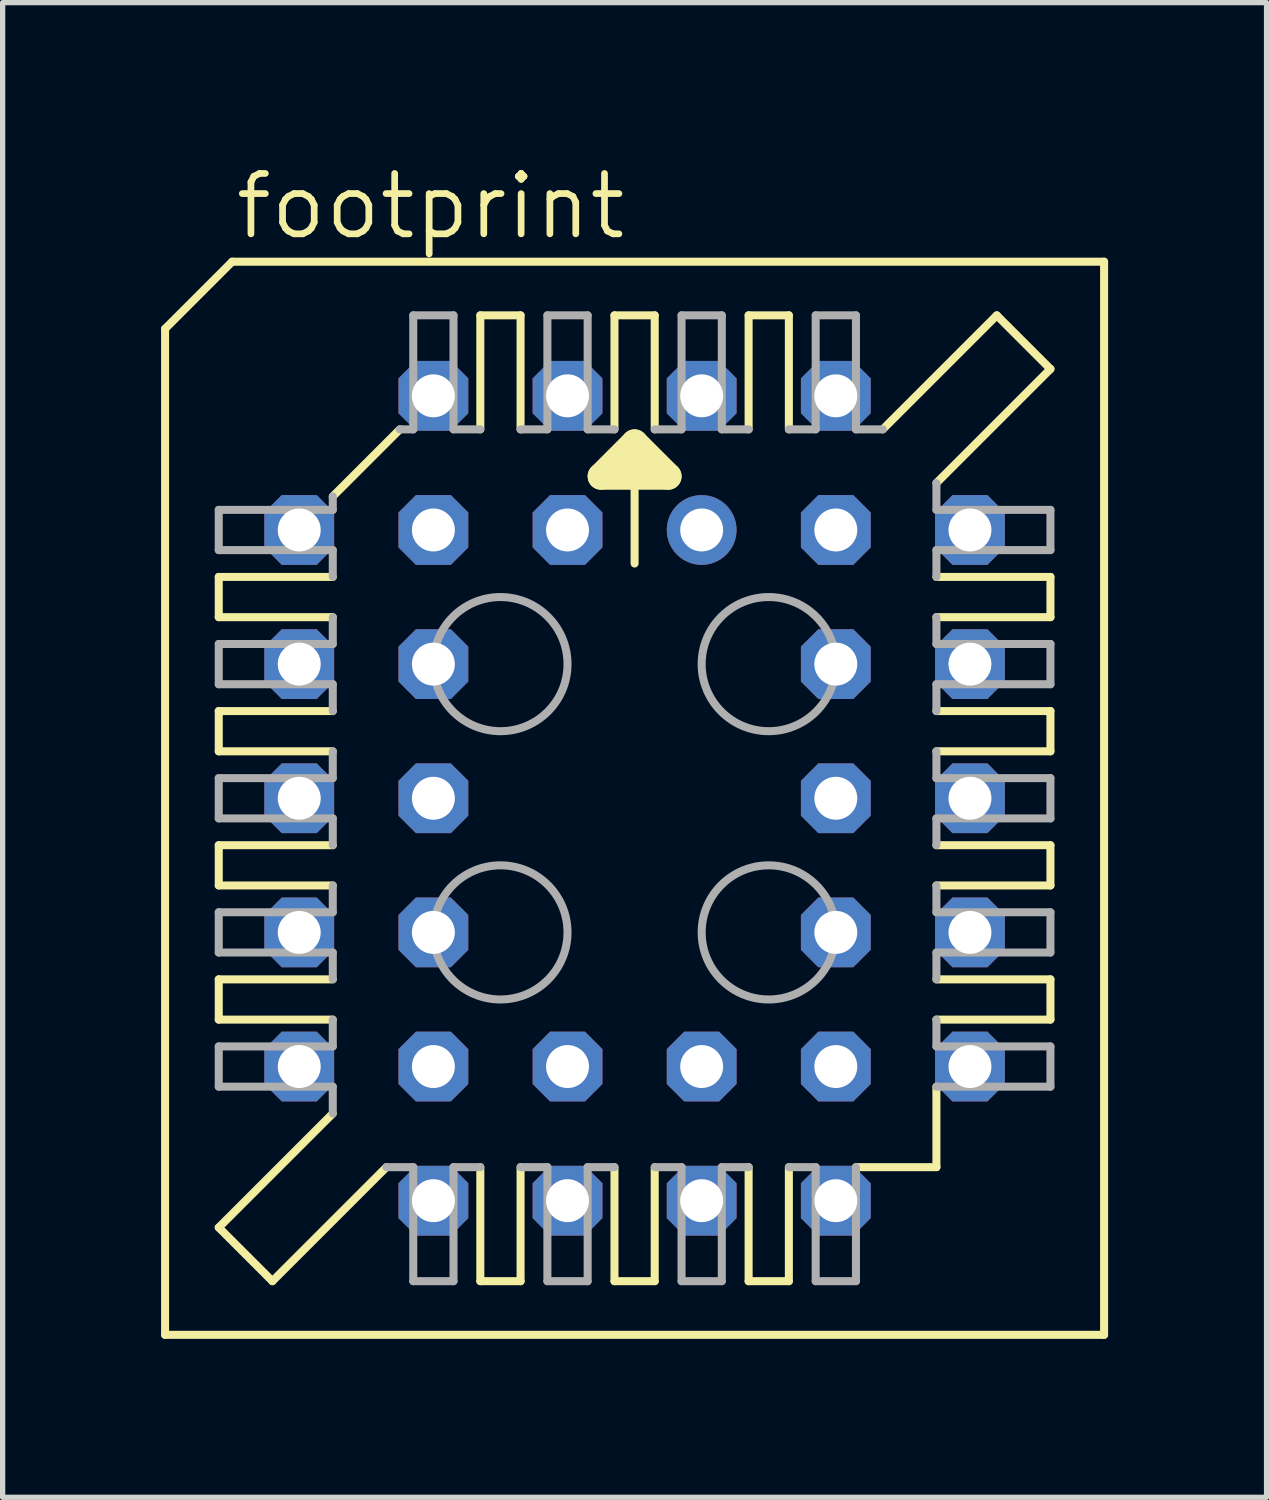
<source format=kicad_pcb>
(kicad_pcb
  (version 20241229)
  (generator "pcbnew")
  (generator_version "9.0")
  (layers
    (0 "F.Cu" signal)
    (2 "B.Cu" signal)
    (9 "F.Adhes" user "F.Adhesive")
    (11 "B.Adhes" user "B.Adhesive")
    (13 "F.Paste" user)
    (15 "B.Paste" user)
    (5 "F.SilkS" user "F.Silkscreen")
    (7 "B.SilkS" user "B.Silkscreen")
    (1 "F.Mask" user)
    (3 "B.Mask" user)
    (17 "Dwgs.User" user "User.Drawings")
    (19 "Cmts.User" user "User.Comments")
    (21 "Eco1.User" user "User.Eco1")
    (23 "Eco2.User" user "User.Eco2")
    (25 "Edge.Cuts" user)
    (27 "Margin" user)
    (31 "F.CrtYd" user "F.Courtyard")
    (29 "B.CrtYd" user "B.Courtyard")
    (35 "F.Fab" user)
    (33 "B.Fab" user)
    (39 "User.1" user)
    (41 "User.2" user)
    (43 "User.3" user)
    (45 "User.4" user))
  (footprint "footprint"
    (layer "F.Cu")
    (at 8.966 12.065)
    (property "Reference" "footprint" (at -7.62 -10.541 0) (layer "F.SilkS") (effects (font (size 1.143 1.143) (thickness 0.127)) (justify left bottom)))
    (fp_line (start -8.89 -8.89) (end -8.89 10.16) (stroke (width 0.152) (type solid)) (layer "F.SilkS"))
    (fp_line (start -7.874 -3.429) (end -7.874 -4.191) (stroke (width 0.152) (type solid)) (layer "F.SilkS"))
    (fp_line (start -7.874 -3.429) (end -5.715 -3.429) (stroke (width 0.152) (type solid)) (layer "F.SilkS"))
    (fp_line (start -7.874 -0.889) (end -7.874 -1.651) (stroke (width 0.152) (type solid)) (layer "F.SilkS"))
    (fp_line (start -7.874 -0.889) (end -5.715 -0.889) (stroke (width 0.152) (type solid)) (layer "F.SilkS"))
    (fp_line (start -7.874 1.651) (end -7.874 0.889) (stroke (width 0.152) (type solid)) (layer "F.SilkS"))
    (fp_line (start -7.874 1.651) (end -5.715 1.651) (stroke (width 0.152) (type solid)) (layer "F.SilkS"))
    (fp_line (start -7.874 4.191) (end -7.874 3.429) (stroke (width 0.152) (type solid)) (layer "F.SilkS"))
    (fp_line (start -7.874 4.191) (end -5.715 4.191) (stroke (width 0.152) (type solid)) (layer "F.SilkS"))
    (fp_line (start -7.874 8.128) (end -5.715 5.969) (stroke (width 0.152) (type solid)) (layer "F.SilkS"))
    (fp_line (start -7.62 -10.16) (end -8.89 -8.89) (stroke (width 0.152) (type solid)) (layer "F.SilkS"))
    (fp_line (start -6.858 9.144) (end -7.874 8.128) (stroke (width 0.152) (type solid)) (layer "F.SilkS"))
    (fp_line (start -6.858 9.144) (end -4.699 6.985) (stroke (width 0.152) (type solid)) (layer "F.SilkS"))
    (fp_line (start -5.715 -5.715) (end -4.445 -6.985) (stroke (width 0.152) (type solid)) (layer "F.SilkS"))
    (fp_line (start -5.715 -4.191) (end -7.874 -4.191) (stroke (width 0.152) (type solid)) (layer "F.SilkS"))
    (fp_line (start -5.715 -1.651) (end -7.874 -1.651) (stroke (width 0.152) (type solid)) (layer "F.SilkS"))
    (fp_line (start -5.715 0.889) (end -7.874 0.889) (stroke (width 0.152) (type solid)) (layer "F.SilkS"))
    (fp_line (start -5.715 3.429) (end -7.874 3.429) (stroke (width 0.152) (type solid)) (layer "F.SilkS"))
    (fp_line (start -2.921 -6.985) (end -2.921 -9.144) (stroke (width 0.152) (type solid)) (layer "F.SilkS"))
    (fp_line (start -2.921 9.144) (end -2.921 6.985) (stroke (width 0.152) (type solid)) (layer "F.SilkS"))
    (fp_line (start -2.921 9.144) (end -2.159 9.144) (stroke (width 0.152) (type solid)) (layer "F.SilkS"))
    (fp_line (start -2.159 -9.144) (end -2.921 -9.144) (stroke (width 0.152) (type solid)) (layer "F.SilkS"))
    (fp_line (start -2.159 -9.144) (end -2.159 -6.985) (stroke (width 0.152) (type solid)) (layer "F.SilkS"))
    (fp_line (start -2.159 6.985) (end -2.159 9.144) (stroke (width 0.152) (type solid)) (layer "F.SilkS"))
    (fp_line (start -0.635 -6.096) (end 0 -6.731) (stroke (width 0.508) (type solid)) (layer "F.SilkS"))
    (fp_line (start -0.381 -6.985) (end -0.381 -9.144) (stroke (width 0.152) (type solid)) (layer "F.SilkS"))
    (fp_line (start -0.381 9.144) (end -0.381 6.985) (stroke (width 0.152) (type solid)) (layer "F.SilkS"))
    (fp_line (start -0.381 9.144) (end 0.381 9.144) (stroke (width 0.152) (type solid)) (layer "F.SilkS"))
    (fp_line (start 0 -6.731) (end 0 -4.445) (stroke (width 0.152) (type solid)) (layer "F.SilkS"))
    (fp_line (start 0 -6.731) (end 0.635 -6.096) (stroke (width 0.508) (type solid)) (layer "F.SilkS"))
    (fp_line (start 0.381 -9.144) (end -0.381 -9.144) (stroke (width 0.152) (type solid)) (layer "F.SilkS"))
    (fp_line (start 0.381 -9.144) (end 0.381 -6.985) (stroke (width 0.152) (type solid)) (layer "F.SilkS"))
    (fp_line (start 0.381 6.985) (end 0.381 9.144) (stroke (width 0.152) (type solid)) (layer "F.SilkS"))
    (fp_line (start 0.635 -6.096) (end -0.635 -6.096) (stroke (width 0.508) (type solid)) (layer "F.SilkS"))
    (fp_line (start 2.159 -6.985) (end 2.159 -9.144) (stroke (width 0.152) (type solid)) (layer "F.SilkS"))
    (fp_line (start 2.159 9.144) (end 2.159 6.985) (stroke (width 0.152) (type solid)) (layer "F.SilkS"))
    (fp_line (start 2.159 9.144) (end 2.921 9.144) (stroke (width 0.152) (type solid)) (layer "F.SilkS"))
    (fp_line (start 2.921 -9.144) (end 2.159 -9.144) (stroke (width 0.152) (type solid)) (layer "F.SilkS"))
    (fp_line (start 2.921 -9.144) (end 2.921 -6.985) (stroke (width 0.152) (type solid)) (layer "F.SilkS"))
    (fp_line (start 2.921 6.985) (end 2.921 9.144) (stroke (width 0.152) (type solid)) (layer "F.SilkS"))
    (fp_line (start 4.191 6.985) (end 5.715 6.985) (stroke (width 0.152) (type solid)) (layer "F.SilkS"))
    (fp_line (start 5.715 -3.429) (end 7.874 -3.429) (stroke (width 0.152) (type solid)) (layer "F.SilkS"))
    (fp_line (start 5.715 -0.889) (end 7.874 -0.889) (stroke (width 0.152) (type solid)) (layer "F.SilkS"))
    (fp_line (start 5.715 1.651) (end 7.874 1.651) (stroke (width 0.152) (type solid)) (layer "F.SilkS"))
    (fp_line (start 5.715 4.191) (end 7.874 4.191) (stroke (width 0.152) (type solid)) (layer "F.SilkS"))
    (fp_line (start 5.715 5.461) (end 5.715 6.985) (stroke (width 0.152) (type solid)) (layer "F.SilkS"))
    (fp_line (start 6.858 -9.144) (end 4.699 -6.985) (stroke (width 0.152) (type solid)) (layer "F.SilkS"))
    (fp_line (start 7.874 -8.128) (end 5.715 -5.969) (stroke (width 0.152) (type solid)) (layer "F.SilkS"))
    (fp_line (start 7.874 -8.128) (end 6.858 -9.144) (stroke (width 0.152) (type solid)) (layer "F.SilkS"))
    (fp_line (start 7.874 -4.191) (end 5.715 -4.191) (stroke (width 0.152) (type solid)) (layer "F.SilkS"))
    (fp_line (start 7.874 -4.191) (end 7.874 -3.429) (stroke (width 0.152) (type solid)) (layer "F.SilkS"))
    (fp_line (start 7.874 -1.651) (end 5.715 -1.651) (stroke (width 0.152) (type solid)) (layer "F.SilkS"))
    (fp_line (start 7.874 -1.651) (end 7.874 -0.889) (stroke (width 0.152) (type solid)) (layer "F.SilkS"))
    (fp_line (start 7.874 0.889) (end 5.715 0.889) (stroke (width 0.152) (type solid)) (layer "F.SilkS"))
    (fp_line (start 7.874 0.889) (end 7.874 1.651) (stroke (width 0.152) (type solid)) (layer "F.SilkS"))
    (fp_line (start 7.874 3.429) (end 5.715 3.429) (stroke (width 0.152) (type solid)) (layer "F.SilkS"))
    (fp_line (start 7.874 3.429) (end 7.874 4.191) (stroke (width 0.152) (type solid)) (layer "F.SilkS"))
    (fp_line (start 8.89 -10.16) (end -7.62 -10.16) (stroke (width 0.152) (type solid)) (layer "F.SilkS"))
    (fp_line (start 8.89 10.16) (end -8.89 10.16) (stroke (width 0.152) (type solid)) (layer "F.SilkS"))
    (fp_line (start 8.89 10.16) (end 8.89 -10.16) (stroke (width 0.152) (type solid)) (layer "F.SilkS"))
    (fp_line (start -7.874 -4.699) (end -7.874 -5.461) (stroke (width 0.152) (type solid)) (layer "F.Fab"))
    (fp_line (start -7.874 -4.699) (end -5.715 -4.699) (stroke (width 0.152) (type solid)) (layer "F.Fab"))
    (fp_line (start -7.874 -2.159) (end -7.874 -2.921) (stroke (width 0.152) (type solid)) (layer "F.Fab"))
    (fp_line (start -7.874 -2.159) (end -5.715 -2.159) (stroke (width 0.152) (type solid)) (layer "F.Fab"))
    (fp_line (start -7.874 0.381) (end -7.874 -0.381) (stroke (width 0.152) (type solid)) (layer "F.Fab"))
    (fp_line (start -7.874 0.381) (end -5.715 0.381) (stroke (width 0.152) (type solid)) (layer "F.Fab"))
    (fp_line (start -7.874 2.921) (end -7.874 2.159) (stroke (width 0.152) (type solid)) (layer "F.Fab"))
    (fp_line (start -7.874 2.921) (end -5.715 2.921) (stroke (width 0.152) (type solid)) (layer "F.Fab"))
    (fp_line (start -7.874 5.461) (end -7.874 4.699) (stroke (width 0.152) (type solid)) (layer "F.Fab"))
    (fp_line (start -7.874 5.461) (end -5.715 5.461) (stroke (width 0.152) (type solid)) (layer "F.Fab"))
    (fp_line (start -5.715 -5.461) (end -7.874 -5.461) (stroke (width 0.152) (type solid)) (layer "F.Fab"))
    (fp_line (start -5.715 -5.461) (end -5.715 -5.715) (stroke (width 0.152) (type solid)) (layer "F.Fab"))
    (fp_line (start -5.715 -4.191) (end -5.715 -4.699) (stroke (width 0.152) (type solid)) (layer "F.Fab"))
    (fp_line (start -5.715 -2.921) (end -7.874 -2.921) (stroke (width 0.152) (type solid)) (layer "F.Fab"))
    (fp_line (start -5.715 -2.921) (end -5.715 -3.429) (stroke (width 0.152) (type solid)) (layer "F.Fab"))
    (fp_line (start -5.715 -1.651) (end -5.715 -2.159) (stroke (width 0.152) (type solid)) (layer "F.Fab"))
    (fp_line (start -5.715 -0.381) (end -7.874 -0.381) (stroke (width 0.152) (type solid)) (layer "F.Fab"))
    (fp_line (start -5.715 -0.381) (end -5.715 -0.889) (stroke (width 0.152) (type solid)) (layer "F.Fab"))
    (fp_line (start -5.715 0.889) (end -5.715 0.381) (stroke (width 0.152) (type solid)) (layer "F.Fab"))
    (fp_line (start -5.715 2.159) (end -7.874 2.159) (stroke (width 0.152) (type solid)) (layer "F.Fab"))
    (fp_line (start -5.715 2.159) (end -5.715 1.651) (stroke (width 0.152) (type solid)) (layer "F.Fab"))
    (fp_line (start -5.715 3.429) (end -5.715 2.921) (stroke (width 0.152) (type solid)) (layer "F.Fab"))
    (fp_line (start -5.715 4.699) (end -7.874 4.699) (stroke (width 0.152) (type solid)) (layer "F.Fab"))
    (fp_line (start -5.715 4.699) (end -5.715 4.191) (stroke (width 0.152) (type solid)) (layer "F.Fab"))
    (fp_line (start -5.715 5.969) (end -5.715 5.461) (stroke (width 0.152) (type solid)) (layer "F.Fab"))
    (fp_line (start -4.699 6.985) (end -4.191 6.985) (stroke (width 0.152) (type solid)) (layer "F.Fab"))
    (fp_line (start -4.191 -6.985) (end -4.445 -6.985) (stroke (width 0.152) (type solid)) (layer "F.Fab"))
    (fp_line (start -4.191 -6.985) (end -4.191 -9.144) (stroke (width 0.152) (type solid)) (layer "F.Fab"))
    (fp_line (start -4.191 9.144) (end -4.191 6.985) (stroke (width 0.152) (type solid)) (layer "F.Fab"))
    (fp_line (start -4.191 9.144) (end -3.429 9.144) (stroke (width 0.152) (type solid)) (layer "F.Fab"))
    (fp_line (start -3.429 -9.144) (end -4.191 -9.144) (stroke (width 0.152) (type solid)) (layer "F.Fab"))
    (fp_line (start -3.429 -9.144) (end -3.429 -6.985) (stroke (width 0.152) (type solid)) (layer "F.Fab"))
    (fp_line (start -3.429 6.985) (end -3.429 9.144) (stroke (width 0.152) (type solid)) (layer "F.Fab"))
    (fp_line (start -3.429 6.985) (end -2.921 6.985) (stroke (width 0.152) (type solid)) (layer "F.Fab"))
    (fp_line (start -2.921 -6.985) (end -3.429 -6.985) (stroke (width 0.152) (type solid)) (layer "F.Fab"))
    (fp_line (start -2.159 6.985) (end -1.651 6.985) (stroke (width 0.152) (type solid)) (layer "F.Fab"))
    (fp_line (start -1.651 -6.985) (end -2.159 -6.985) (stroke (width 0.152) (type solid)) (layer "F.Fab"))
    (fp_line (start -1.651 -6.985) (end -1.651 -9.144) (stroke (width 0.152) (type solid)) (layer "F.Fab"))
    (fp_line (start -1.651 9.144) (end -1.651 6.985) (stroke (width 0.152) (type solid)) (layer "F.Fab"))
    (fp_line (start -1.651 9.144) (end -0.889 9.144) (stroke (width 0.152) (type solid)) (layer "F.Fab"))
    (fp_line (start -0.889 -9.144) (end -1.651 -9.144) (stroke (width 0.152) (type solid)) (layer "F.Fab"))
    (fp_line (start -0.889 -9.144) (end -0.889 -6.985) (stroke (width 0.152) (type solid)) (layer "F.Fab"))
    (fp_line (start -0.889 6.985) (end -0.889 9.144) (stroke (width 0.152) (type solid)) (layer "F.Fab"))
    (fp_line (start -0.889 6.985) (end -0.381 6.985) (stroke (width 0.152) (type solid)) (layer "F.Fab"))
    (fp_line (start -0.381 -6.985) (end -0.889 -6.985) (stroke (width 0.152) (type solid)) (layer "F.Fab"))
    (fp_line (start 0.381 6.985) (end 0.889 6.985) (stroke (width 0.152) (type solid)) (layer "F.Fab"))
    (fp_line (start 0.889 -6.985) (end 0.381 -6.985) (stroke (width 0.152) (type solid)) (layer "F.Fab"))
    (fp_line (start 0.889 -6.985) (end 0.889 -9.144) (stroke (width 0.152) (type solid)) (layer "F.Fab"))
    (fp_line (start 0.889 9.144) (end 0.889 6.985) (stroke (width 0.152) (type solid)) (layer "F.Fab"))
    (fp_line (start 0.889 9.144) (end 1.651 9.144) (stroke (width 0.152) (type solid)) (layer "F.Fab"))
    (fp_line (start 1.651 -9.144) (end 0.889 -9.144) (stroke (width 0.152) (type solid)) (layer "F.Fab"))
    (fp_line (start 1.651 -9.144) (end 1.651 -6.985) (stroke (width 0.152) (type solid)) (layer "F.Fab"))
    (fp_line (start 1.651 6.985) (end 1.651 9.144) (stroke (width 0.152) (type solid)) (layer "F.Fab"))
    (fp_line (start 1.651 6.985) (end 2.159 6.985) (stroke (width 0.152) (type solid)) (layer "F.Fab"))
    (fp_line (start 2.159 -6.985) (end 1.651 -6.985) (stroke (width 0.152) (type solid)) (layer "F.Fab"))
    (fp_line (start 2.921 6.985) (end 3.429 6.985) (stroke (width 0.152) (type solid)) (layer "F.Fab"))
    (fp_line (start 3.429 -6.985) (end 2.921 -6.985) (stroke (width 0.152) (type solid)) (layer "F.Fab"))
    (fp_line (start 3.429 -6.985) (end 3.429 -9.144) (stroke (width 0.152) (type solid)) (layer "F.Fab"))
    (fp_line (start 3.429 9.144) (end 3.429 6.985) (stroke (width 0.152) (type solid)) (layer "F.Fab"))
    (fp_line (start 3.429 9.144) (end 4.191 9.144) (stroke (width 0.152) (type solid)) (layer "F.Fab"))
    (fp_line (start 4.191 -9.144) (end 3.429 -9.144) (stroke (width 0.152) (type solid)) (layer "F.Fab"))
    (fp_line (start 4.191 -9.144) (end 4.191 -6.985) (stroke (width 0.152) (type solid)) (layer "F.Fab"))
    (fp_line (start 4.191 6.985) (end 4.191 9.144) (stroke (width 0.152) (type solid)) (layer "F.Fab"))
    (fp_line (start 4.699 -6.985) (end 4.191 -6.985) (stroke (width 0.152) (type solid)) (layer "F.Fab"))
    (fp_line (start 5.715 -5.969) (end 5.715 -5.461) (stroke (width 0.152) (type solid)) (layer "F.Fab"))
    (fp_line (start 5.715 -4.699) (end 5.715 -4.191) (stroke (width 0.152) (type solid)) (layer "F.Fab"))
    (fp_line (start 5.715 -4.699) (end 7.874 -4.699) (stroke (width 0.152) (type solid)) (layer "F.Fab"))
    (fp_line (start 5.715 -3.429) (end 5.715 -2.921) (stroke (width 0.152) (type solid)) (layer "F.Fab"))
    (fp_line (start 5.715 -2.159) (end 5.715 -1.651) (stroke (width 0.152) (type solid)) (layer "F.Fab"))
    (fp_line (start 5.715 -2.159) (end 7.874 -2.159) (stroke (width 0.152) (type solid)) (layer "F.Fab"))
    (fp_line (start 5.715 -0.889) (end 5.715 -0.381) (stroke (width 0.152) (type solid)) (layer "F.Fab"))
    (fp_line (start 5.715 0.381) (end 5.715 0.889) (stroke (width 0.152) (type solid)) (layer "F.Fab"))
    (fp_line (start 5.715 0.381) (end 7.874 0.381) (stroke (width 0.152) (type solid)) (layer "F.Fab"))
    (fp_line (start 5.715 1.651) (end 5.715 2.159) (stroke (width 0.152) (type solid)) (layer "F.Fab"))
    (fp_line (start 5.715 2.921) (end 5.715 3.429) (stroke (width 0.152) (type solid)) (layer "F.Fab"))
    (fp_line (start 5.715 2.921) (end 7.874 2.921) (stroke (width 0.152) (type solid)) (layer "F.Fab"))
    (fp_line (start 5.715 4.191) (end 5.715 4.699) (stroke (width 0.152) (type solid)) (layer "F.Fab"))
    (fp_line (start 5.715 5.461) (end 7.874 5.461) (stroke (width 0.152) (type solid)) (layer "F.Fab"))
    (fp_line (start 7.874 -5.461) (end 5.715 -5.461) (stroke (width 0.152) (type solid)) (layer "F.Fab"))
    (fp_line (start 7.874 -5.461) (end 7.874 -4.699) (stroke (width 0.152) (type solid)) (layer "F.Fab"))
    (fp_line (start 7.874 -2.921) (end 5.715 -2.921) (stroke (width 0.152) (type solid)) (layer "F.Fab"))
    (fp_line (start 7.874 -2.921) (end 7.874 -2.159) (stroke (width 0.152) (type solid)) (layer "F.Fab"))
    (fp_line (start 7.874 -0.381) (end 5.715 -0.381) (stroke (width 0.152) (type solid)) (layer "F.Fab"))
    (fp_line (start 7.874 -0.381) (end 7.874 0.381) (stroke (width 0.152) (type solid)) (layer "F.Fab"))
    (fp_line (start 7.874 2.159) (end 5.715 2.159) (stroke (width 0.152) (type solid)) (layer "F.Fab"))
    (fp_line (start 7.874 2.159) (end 7.874 2.921) (stroke (width 0.152) (type solid)) (layer "F.Fab"))
    (fp_line (start 7.874 4.699) (end 5.715 4.699) (stroke (width 0.152) (type solid)) (layer "F.Fab"))
    (fp_line (start 7.874 4.699) (end 7.874 5.461) (stroke (width 0.152) (type solid)) (layer "F.Fab"))
    (fp_circle (center -2.54 -2.54) (end -1.27 -2.54) (stroke (width 0.152) (type solid)) (fill no) (layer "F.Fab"))
    (fp_circle (center -2.54 2.54) (end -1.27 2.54) (stroke (width 0.152) (type solid)) (fill no) (layer "F.Fab"))
    (fp_circle (center 2.54 -2.54) (end 3.81 -2.54) (stroke (width 0.152) (type solid)) (fill no) (layer "F.Fab"))
    (fp_circle (center 2.54 2.54) (end 3.81 2.54) (stroke (width 0.152) (type solid)) (fill no) (layer "F.Fab"))
    (pad "1" thru_hole circle (at 1.27 -5.08) (size 1.321 1.321) (drill 0.813) (layers "*.Cu" "*.Mask"))
    (pad "2" thru_hole roundrect (at -1.27 -7.62) (size 1.321 1.321) (drill 0.813) (layers "*.Cu" "*.Mask") (roundrect_rratio 0.25) (chamfer_ratio 0.25) (chamfer top_left top_right bottom_left bottom_right))
    (pad "3" thru_hole roundrect (at -1.27 -5.08) (size 1.321 1.321) (drill 0.813) (layers "*.Cu" "*.Mask") (roundrect_rratio 0.25) (chamfer_ratio 0.25) (chamfer top_left top_right bottom_left bottom_right))
    (pad "4" thru_hole roundrect (at -3.81 -7.62) (size 1.321 1.321) (drill 0.813) (layers "*.Cu" "*.Mask") (roundrect_rratio 0.25) (chamfer_ratio 0.25) (chamfer top_left top_right bottom_left bottom_right))
    (pad "5" thru_hole roundrect (at -6.35 -5.08) (size 1.321 1.321) (drill 0.813) (layers "*.Cu" "*.Mask") (roundrect_rratio 0.25) (chamfer_ratio 0.25) (chamfer top_left top_right bottom_left bottom_right))
    (pad "6" thru_hole roundrect (at -3.81 -5.08) (size 1.321 1.321) (drill 0.813) (layers "*.Cu" "*.Mask") (roundrect_rratio 0.25) (chamfer_ratio 0.25) (chamfer top_left top_right bottom_left bottom_right))
    (pad "7" thru_hole roundrect (at -6.35 -2.54) (size 1.321 1.321) (drill 0.813) (layers "*.Cu" "*.Mask") (roundrect_rratio 0.25) (chamfer_ratio 0.25) (chamfer top_left top_right bottom_left bottom_right))
    (pad "8" thru_hole roundrect (at -3.81 -2.54) (size 1.321 1.321) (drill 0.813) (layers "*.Cu" "*.Mask") (roundrect_rratio 0.25) (chamfer_ratio 0.25) (chamfer top_left top_right bottom_left bottom_right))
    (pad "9" thru_hole roundrect (at -6.35 0) (size 1.321 1.321) (drill 0.813) (layers "*.Cu" "*.Mask") (roundrect_rratio 0.25) (chamfer_ratio 0.25) (chamfer top_left top_right bottom_left bottom_right))
    (pad "10" thru_hole roundrect (at -3.81 0) (size 1.321 1.321) (drill 0.813) (layers "*.Cu" "*.Mask") (roundrect_rratio 0.25) (chamfer_ratio 0.25) (chamfer top_left top_right bottom_left bottom_right))
    (pad "11" thru_hole roundrect (at -6.35 2.54) (size 1.321 1.321) (drill 0.813) (layers "*.Cu" "*.Mask") (roundrect_rratio 0.25) (chamfer_ratio 0.25) (chamfer top_left top_right bottom_left bottom_right))
    (pad "12" thru_hole roundrect (at -3.81 2.54) (size 1.321 1.321) (drill 0.813) (layers "*.Cu" "*.Mask") (roundrect_rratio 0.25) (chamfer_ratio 0.25) (chamfer top_left top_right bottom_left bottom_right))
    (pad "13" thru_hole roundrect (at -6.35 5.08) (size 1.321 1.321) (drill 0.813) (layers "*.Cu" "*.Mask") (roundrect_rratio 0.25) (chamfer_ratio 0.25) (chamfer top_left top_right bottom_left bottom_right))
    (pad "14" thru_hole roundrect (at -3.81 7.62) (size 1.321 1.321) (drill 0.813) (layers "*.Cu" "*.Mask") (roundrect_rratio 0.25) (chamfer_ratio 0.25) (chamfer top_left top_right bottom_left bottom_right))
    (pad "15" thru_hole roundrect (at -3.81 5.08) (size 1.321 1.321) (drill 0.813) (layers "*.Cu" "*.Mask") (roundrect_rratio 0.25) (chamfer_ratio 0.25) (chamfer top_left top_right bottom_left bottom_right))
    (pad "16" thru_hole roundrect (at -1.27 7.62) (size 1.321 1.321) (drill 0.813) (layers "*.Cu" "*.Mask") (roundrect_rratio 0.25) (chamfer_ratio 0.25) (chamfer top_left top_right bottom_left bottom_right))
    (pad "17" thru_hole roundrect (at -1.27 5.08) (size 1.321 1.321) (drill 0.813) (layers "*.Cu" "*.Mask") (roundrect_rratio 0.25) (chamfer_ratio 0.25) (chamfer top_left top_right bottom_left bottom_right))
    (pad "18" thru_hole roundrect (at 1.27 7.62) (size 1.321 1.321) (drill 0.813) (layers "*.Cu" "*.Mask") (roundrect_rratio 0.25) (chamfer_ratio 0.25) (chamfer top_left top_right bottom_left bottom_right))
    (pad "19" thru_hole roundrect (at 1.27 5.08) (size 1.321 1.321) (drill 0.813) (layers "*.Cu" "*.Mask") (roundrect_rratio 0.25) (chamfer_ratio 0.25) (chamfer top_left top_right bottom_left bottom_right))
    (pad "20" thru_hole roundrect (at 3.81 7.62) (size 1.321 1.321) (drill 0.813) (layers "*.Cu" "*.Mask") (roundrect_rratio 0.25) (chamfer_ratio 0.25) (chamfer top_left top_right bottom_left bottom_right))
    (pad "21" thru_hole roundrect (at 6.35 5.08) (size 1.321 1.321) (drill 0.813) (layers "*.Cu" "*.Mask") (roundrect_rratio 0.25) (chamfer_ratio 0.25) (chamfer top_left top_right bottom_left bottom_right))
    (pad "22" thru_hole roundrect (at 3.81 5.08) (size 1.321 1.321) (drill 0.813) (layers "*.Cu" "*.Mask") (roundrect_rratio 0.25) (chamfer_ratio 0.25) (chamfer top_left top_right bottom_left bottom_right))
    (pad "23" thru_hole roundrect (at 6.35 2.54) (size 1.321 1.321) (drill 0.813) (layers "*.Cu" "*.Mask") (roundrect_rratio 0.25) (chamfer_ratio 0.25) (chamfer top_left top_right bottom_left bottom_right))
    (pad "24" thru_hole roundrect (at 3.81 2.54) (size 1.321 1.321) (drill 0.813) (layers "*.Cu" "*.Mask") (roundrect_rratio 0.25) (chamfer_ratio 0.25) (chamfer top_left top_right bottom_left bottom_right))
    (pad "25" thru_hole roundrect (at 6.35 0) (size 1.321 1.321) (drill 0.813) (layers "*.Cu" "*.Mask") (roundrect_rratio 0.25) (chamfer_ratio 0.25) (chamfer top_left top_right bottom_left bottom_right))
    (pad "26" thru_hole roundrect (at 3.81 0) (size 1.321 1.321) (drill 0.813) (layers "*.Cu" "*.Mask") (roundrect_rratio 0.25) (chamfer_ratio 0.25) (chamfer top_left top_right bottom_left bottom_right))
    (pad "27" thru_hole roundrect (at 6.35 -2.54) (size 1.321 1.321) (drill 0.813) (layers "*.Cu" "*.Mask") (roundrect_rratio 0.25) (chamfer_ratio 0.25) (chamfer top_left top_right bottom_left bottom_right))
    (pad "28" thru_hole roundrect (at 3.81 -2.54) (size 1.321 1.321) (drill 0.813) (layers "*.Cu" "*.Mask") (roundrect_rratio 0.25) (chamfer_ratio 0.25) (chamfer top_left top_right bottom_left bottom_right))
    (pad "29" thru_hole roundrect (at 6.35 -5.08) (size 1.321 1.321) (drill 0.813) (layers "*.Cu" "*.Mask") (roundrect_rratio 0.25) (chamfer_ratio 0.25) (chamfer top_left top_right bottom_left bottom_right))
    (pad "30" thru_hole roundrect (at 3.81 -7.62) (size 1.321 1.321) (drill 0.813) (layers "*.Cu" "*.Mask") (roundrect_rratio 0.25) (chamfer_ratio 0.25) (chamfer top_left top_right bottom_left bottom_right))
    (pad "31" thru_hole roundrect (at 3.81 -5.08) (size 1.321 1.321) (drill 0.813) (layers "*.Cu" "*.Mask") (roundrect_rratio 0.25) (chamfer_ratio 0.25) (chamfer top_left top_right bottom_left bottom_right))
    (pad "32" thru_hole roundrect (at 1.27 -7.62) (size 1.321 1.321) (drill 0.813) (layers "*.Cu" "*.Mask") (roundrect_rratio 0.25) (chamfer_ratio 0.25) (chamfer top_left top_right bottom_left bottom_right)))
  (gr_rect
    (start -3 -3)
    (end 20.932 25.301)
    (stroke (width 0.1) (type default))
    (fill no)
    (layer "Edge.Cuts")))
</source>
